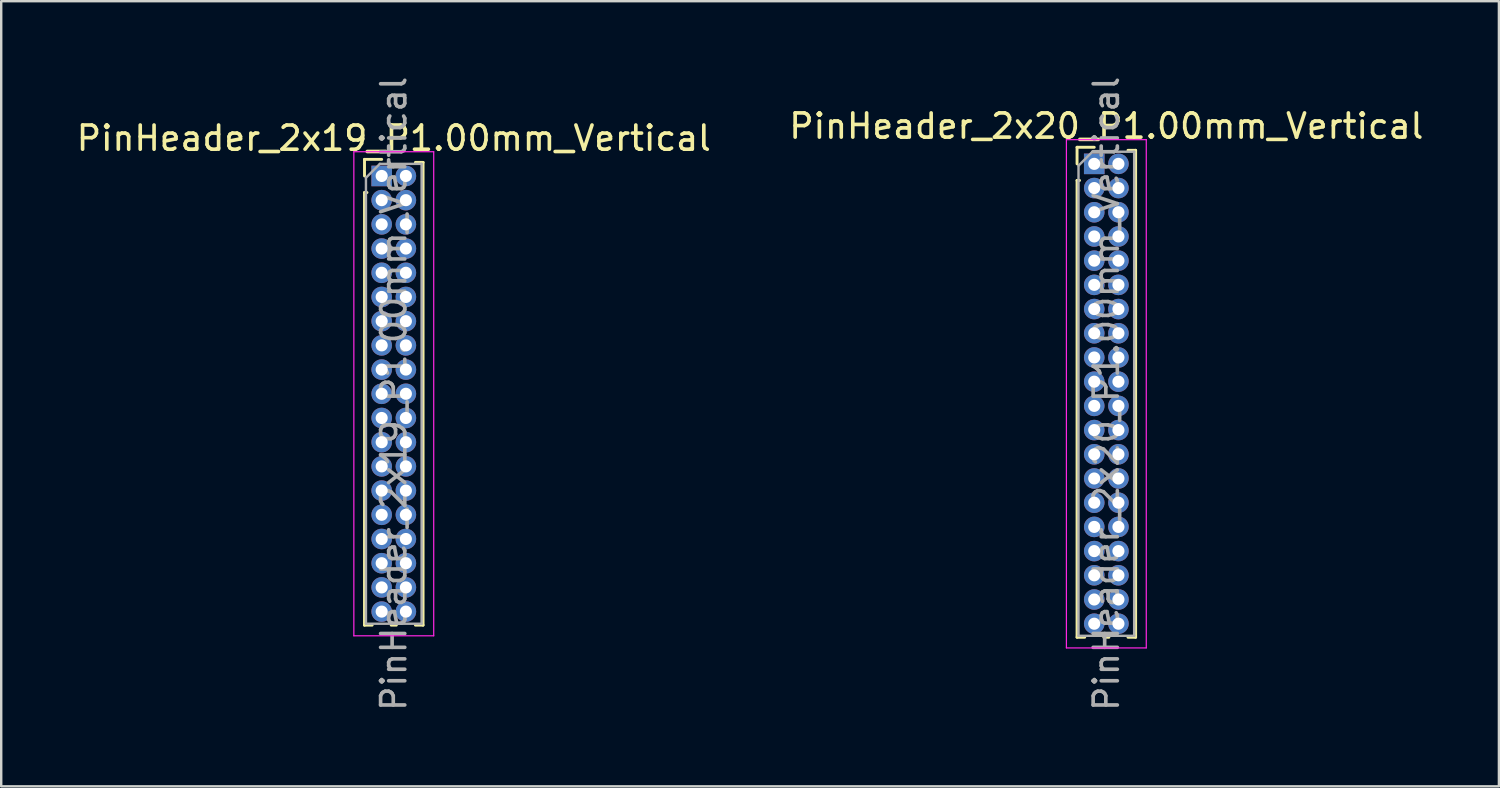
<source format=kicad_pcb>
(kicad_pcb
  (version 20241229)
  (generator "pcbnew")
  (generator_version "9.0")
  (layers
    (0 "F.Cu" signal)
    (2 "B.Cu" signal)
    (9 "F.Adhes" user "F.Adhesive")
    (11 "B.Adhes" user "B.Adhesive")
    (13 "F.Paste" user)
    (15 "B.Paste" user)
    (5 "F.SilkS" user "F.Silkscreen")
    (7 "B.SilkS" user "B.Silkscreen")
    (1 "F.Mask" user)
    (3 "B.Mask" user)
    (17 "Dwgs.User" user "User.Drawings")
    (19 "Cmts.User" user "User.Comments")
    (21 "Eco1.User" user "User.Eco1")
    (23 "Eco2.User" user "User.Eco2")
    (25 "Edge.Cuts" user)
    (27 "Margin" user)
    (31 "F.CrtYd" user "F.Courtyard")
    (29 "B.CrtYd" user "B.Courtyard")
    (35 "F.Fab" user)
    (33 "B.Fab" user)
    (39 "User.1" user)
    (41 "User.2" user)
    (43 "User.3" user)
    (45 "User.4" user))
  (footprint "PinHeader_2x19_P1.00mm_Vertical"
    (layer "F.Cu")
    (at 12.72 4.22)
    (property "Reference" "PinHeader_2x19_P1.00mm_Vertical" (at 0.5 -1.56 0) (layer "F.SilkS") (effects (font (size 1 1) (thickness 0.15))))
    (attr through_hole)
    (fp_line (start -0.71 -0.685) (end 0 -0.685) (stroke (width 0.12) (type solid)) (layer "F.SilkS"))
    (fp_line (start -0.71 0) (end -0.71 -0.685) (stroke (width 0.12) (type solid)) (layer "F.SilkS"))
    (fp_line (start -0.71 0.685) (end -0.71 18.56) (stroke (width 0.12) (type solid)) (layer "F.SilkS"))
    (fp_line (start -0.71 0.685) (end -0.608 0.685) (stroke (width 0.12) (type solid)) (layer "F.SilkS"))
    (fp_line (start -0.71 18.56) (end -0.394 18.56) (stroke (width 0.12) (type solid)) (layer "F.SilkS"))
    (fp_line (start 0.394 18.56) (end 0.606 18.56) (stroke (width 0.12) (type solid)) (layer "F.SilkS"))
    (fp_line (start 1.394 -0.56) (end 1.71 -0.56) (stroke (width 0.12) (type solid)) (layer "F.SilkS"))
    (fp_line (start 1.394 18.56) (end 1.71 18.56) (stroke (width 0.12) (type solid)) (layer "F.SilkS"))
    (fp_line (start 1.71 -0.56) (end 1.71 18.56) (stroke (width 0.12) (type solid)) (layer "F.SilkS"))
    (fp_line (start -1.15 -1) (end -1.15 19) (stroke (width 0.05) (type solid)) (layer "F.CrtYd"))
    (fp_line (start -1.15 19) (end 2.15 19) (stroke (width 0.05) (type solid)) (layer "F.CrtYd"))
    (fp_line (start 2.15 -1) (end -1.15 -1) (stroke (width 0.05) (type solid)) (layer "F.CrtYd"))
    (fp_line (start 2.15 19) (end 2.15 -1) (stroke (width 0.05) (type solid)) (layer "F.CrtYd"))
    (fp_line (start -0.65 0.075) (end -0.075 -0.5) (stroke (width 0.1) (type solid)) (layer "F.Fab"))
    (fp_line (start -0.65 18.5) (end -0.65 0.075) (stroke (width 0.1) (type solid)) (layer "F.Fab"))
    (fp_line (start -0.075 -0.5) (end 1.65 -0.5) (stroke (width 0.1) (type solid)) (layer "F.Fab"))
    (fp_line (start 1.65 -0.5) (end 1.65 18.5) (stroke (width 0.1) (type solid)) (layer "F.Fab"))
    (fp_line (start 1.65 18.5) (end -0.65 18.5) (stroke (width 0.1) (type solid)) (layer "F.Fab"))
    (fp_text user "${REFERENCE}" (at 0.5 9 90) (layer "F.Fab") (effects (font (size 1 1) (thickness 0.15))))
    (pad "1" thru_hole rect (at 0 0) (size 0.85 0.85) (drill 0.5) (layers "*.Cu" "*.Mask"))
    (pad "2" thru_hole oval (at 1 0) (size 0.85 0.85) (drill 0.5) (layers "*.Cu" "*.Mask"))
    (pad "3" thru_hole oval (at 0 1) (size 0.85 0.85) (drill 0.5) (layers "*.Cu" "*.Mask"))
    (pad "4" thru_hole oval (at 1 1) (size 0.85 0.85) (drill 0.5) (layers "*.Cu" "*.Mask"))
    (pad "5" thru_hole oval (at 0 2) (size 0.85 0.85) (drill 0.5) (layers "*.Cu" "*.Mask"))
    (pad "6" thru_hole oval (at 1 2) (size 0.85 0.85) (drill 0.5) (layers "*.Cu" "*.Mask"))
    (pad "7" thru_hole oval (at 0 3) (size 0.85 0.85) (drill 0.5) (layers "*.Cu" "*.Mask"))
    (pad "8" thru_hole oval (at 1 3) (size 0.85 0.85) (drill 0.5) (layers "*.Cu" "*.Mask"))
    (pad "9" thru_hole oval (at 0 4) (size 0.85 0.85) (drill 0.5) (layers "*.Cu" "*.Mask"))
    (pad "10" thru_hole oval (at 1 4) (size 0.85 0.85) (drill 0.5) (layers "*.Cu" "*.Mask"))
    (pad "11" thru_hole oval (at 0 5) (size 0.85 0.85) (drill 0.5) (layers "*.Cu" "*.Mask"))
    (pad "12" thru_hole oval (at 1 5) (size 0.85 0.85) (drill 0.5) (layers "*.Cu" "*.Mask"))
    (pad "13" thru_hole oval (at 0 6) (size 0.85 0.85) (drill 0.5) (layers "*.Cu" "*.Mask"))
    (pad "14" thru_hole oval (at 1 6) (size 0.85 0.85) (drill 0.5) (layers "*.Cu" "*.Mask"))
    (pad "15" thru_hole oval (at 0 7) (size 0.85 0.85) (drill 0.5) (layers "*.Cu" "*.Mask"))
    (pad "16" thru_hole oval (at 1 7) (size 0.85 0.85) (drill 0.5) (layers "*.Cu" "*.Mask"))
    (pad "17" thru_hole oval (at 0 8) (size 0.85 0.85) (drill 0.5) (layers "*.Cu" "*.Mask"))
    (pad "18" thru_hole oval (at 1 8) (size 0.85 0.85) (drill 0.5) (layers "*.Cu" "*.Mask"))
    (pad "19" thru_hole oval (at 0 9) (size 0.85 0.85) (drill 0.5) (layers "*.Cu" "*.Mask"))
    (pad "20" thru_hole oval (at 1 9) (size 0.85 0.85) (drill 0.5) (layers "*.Cu" "*.Mask"))
    (pad "21" thru_hole oval (at 0 10) (size 0.85 0.85) (drill 0.5) (layers "*.Cu" "*.Mask"))
    (pad "22" thru_hole oval (at 1 10) (size 0.85 0.85) (drill 0.5) (layers "*.Cu" "*.Mask"))
    (pad "23" thru_hole oval (at 0 11) (size 0.85 0.85) (drill 0.5) (layers "*.Cu" "*.Mask"))
    (pad "24" thru_hole oval (at 1 11) (size 0.85 0.85) (drill 0.5) (layers "*.Cu" "*.Mask"))
    (pad "25" thru_hole oval (at 0 12) (size 0.85 0.85) (drill 0.5) (layers "*.Cu" "*.Mask"))
    (pad "26" thru_hole oval (at 1 12) (size 0.85 0.85) (drill 0.5) (layers "*.Cu" "*.Mask"))
    (pad "27" thru_hole oval (at 0 13) (size 0.85 0.85) (drill 0.5) (layers "*.Cu" "*.Mask"))
    (pad "28" thru_hole oval (at 1 13) (size 0.85 0.85) (drill 0.5) (layers "*.Cu" "*.Mask"))
    (pad "29" thru_hole oval (at 0 14) (size 0.85 0.85) (drill 0.5) (layers "*.Cu" "*.Mask"))
    (pad "30" thru_hole oval (at 1 14) (size 0.85 0.85) (drill 0.5) (layers "*.Cu" "*.Mask"))
    (pad "31" thru_hole oval (at 0 15) (size 0.85 0.85) (drill 0.5) (layers "*.Cu" "*.Mask"))
    (pad "32" thru_hole oval (at 1 15) (size 0.85 0.85) (drill 0.5) (layers "*.Cu" "*.Mask"))
    (pad "33" thru_hole oval (at 0 16) (size 0.85 0.85) (drill 0.5) (layers "*.Cu" "*.Mask"))
    (pad "34" thru_hole oval (at 1 16) (size 0.85 0.85) (drill 0.5) (layers "*.Cu" "*.Mask"))
    (pad "35" thru_hole oval (at 0 17) (size 0.85 0.85) (drill 0.5) (layers "*.Cu" "*.Mask"))
    (pad "36" thru_hole oval (at 1 17) (size 0.85 0.85) (drill 0.5) (layers "*.Cu" "*.Mask"))
    (pad "37" thru_hole oval (at 0 18) (size 0.85 0.85) (drill 0.5) (layers "*.Cu" "*.Mask"))
    (pad "38" thru_hole oval (at 1 18) (size 0.85 0.85) (drill 0.5) (layers "*.Cu" "*.Mask")))
  (footprint "PinHeader_2x20_P1.00mm_Vertical"
    (layer "F.Cu")
    (at 42.161 3.72)
    (property "Reference" "PinHeader_2x20_P1.00mm_Vertical" (at 0.5 -1.56 0) (layer "F.SilkS") (effects (font (size 1 1) (thickness 0.15))))
    (attr through_hole)
    (fp_line (start -0.71 -0.685) (end 0 -0.685) (stroke (width 0.12) (type solid)) (layer "F.SilkS"))
    (fp_line (start -0.71 0) (end -0.71 -0.685) (stroke (width 0.12) (type solid)) (layer "F.SilkS"))
    (fp_line (start -0.71 0.685) (end -0.71 19.56) (stroke (width 0.12) (type solid)) (layer "F.SilkS"))
    (fp_line (start -0.71 0.685) (end -0.608 0.685) (stroke (width 0.12) (type solid)) (layer "F.SilkS"))
    (fp_line (start -0.71 19.56) (end -0.394 19.56) (stroke (width 0.12) (type solid)) (layer "F.SilkS"))
    (fp_line (start 0.394 19.56) (end 0.606 19.56) (stroke (width 0.12) (type solid)) (layer "F.SilkS"))
    (fp_line (start 1.394 -0.56) (end 1.71 -0.56) (stroke (width 0.12) (type solid)) (layer "F.SilkS"))
    (fp_line (start 1.394 19.56) (end 1.71 19.56) (stroke (width 0.12) (type solid)) (layer "F.SilkS"))
    (fp_line (start 1.71 -0.56) (end 1.71 19.56) (stroke (width 0.12) (type solid)) (layer "F.SilkS"))
    (fp_line (start -1.15 -1) (end -1.15 20) (stroke (width 0.05) (type solid)) (layer "F.CrtYd"))
    (fp_line (start -1.15 20) (end 2.15 20) (stroke (width 0.05) (type solid)) (layer "F.CrtYd"))
    (fp_line (start 2.15 -1) (end -1.15 -1) (stroke (width 0.05) (type solid)) (layer "F.CrtYd"))
    (fp_line (start 2.15 20) (end 2.15 -1) (stroke (width 0.05) (type solid)) (layer "F.CrtYd"))
    (fp_line (start -0.65 0.075) (end -0.075 -0.5) (stroke (width 0.1) (type solid)) (layer "F.Fab"))
    (fp_line (start -0.65 19.5) (end -0.65 0.075) (stroke (width 0.1) (type solid)) (layer "F.Fab"))
    (fp_line (start -0.075 -0.5) (end 1.65 -0.5) (stroke (width 0.1) (type solid)) (layer "F.Fab"))
    (fp_line (start 1.65 -0.5) (end 1.65 19.5) (stroke (width 0.1) (type solid)) (layer "F.Fab"))
    (fp_line (start 1.65 19.5) (end -0.65 19.5) (stroke (width 0.1) (type solid)) (layer "F.Fab"))
    (fp_text user "${REFERENCE}" (at 0.5 9.5 90) (layer "F.Fab") (effects (font (size 1 1) (thickness 0.15))))
    (pad "1" thru_hole rect (at 0 0) (size 0.85 0.85) (drill 0.5) (layers "*.Cu" "*.Mask"))
    (pad "2" thru_hole oval (at 1 0) (size 0.85 0.85) (drill 0.5) (layers "*.Cu" "*.Mask"))
    (pad "3" thru_hole oval (at 0 1) (size 0.85 0.85) (drill 0.5) (layers "*.Cu" "*.Mask"))
    (pad "4" thru_hole oval (at 1 1) (size 0.85 0.85) (drill 0.5) (layers "*.Cu" "*.Mask"))
    (pad "5" thru_hole oval (at 0 2) (size 0.85 0.85) (drill 0.5) (layers "*.Cu" "*.Mask"))
    (pad "6" thru_hole oval (at 1 2) (size 0.85 0.85) (drill 0.5) (layers "*.Cu" "*.Mask"))
    (pad "7" thru_hole oval (at 0 3) (size 0.85 0.85) (drill 0.5) (layers "*.Cu" "*.Mask"))
    (pad "8" thru_hole oval (at 1 3) (size 0.85 0.85) (drill 0.5) (layers "*.Cu" "*.Mask"))
    (pad "9" thru_hole oval (at 0 4) (size 0.85 0.85) (drill 0.5) (layers "*.Cu" "*.Mask"))
    (pad "10" thru_hole oval (at 1 4) (size 0.85 0.85) (drill 0.5) (layers "*.Cu" "*.Mask"))
    (pad "11" thru_hole oval (at 0 5) (size 0.85 0.85) (drill 0.5) (layers "*.Cu" "*.Mask"))
    (pad "12" thru_hole oval (at 1 5) (size 0.85 0.85) (drill 0.5) (layers "*.Cu" "*.Mask"))
    (pad "13" thru_hole oval (at 0 6) (size 0.85 0.85) (drill 0.5) (layers "*.Cu" "*.Mask"))
    (pad "14" thru_hole oval (at 1 6) (size 0.85 0.85) (drill 0.5) (layers "*.Cu" "*.Mask"))
    (pad "15" thru_hole oval (at 0 7) (size 0.85 0.85) (drill 0.5) (layers "*.Cu" "*.Mask"))
    (pad "16" thru_hole oval (at 1 7) (size 0.85 0.85) (drill 0.5) (layers "*.Cu" "*.Mask"))
    (pad "17" thru_hole oval (at 0 8) (size 0.85 0.85) (drill 0.5) (layers "*.Cu" "*.Mask"))
    (pad "18" thru_hole oval (at 1 8) (size 0.85 0.85) (drill 0.5) (layers "*.Cu" "*.Mask"))
    (pad "19" thru_hole oval (at 0 9) (size 0.85 0.85) (drill 0.5) (layers "*.Cu" "*.Mask"))
    (pad "20" thru_hole oval (at 1 9) (size 0.85 0.85) (drill 0.5) (layers "*.Cu" "*.Mask"))
    (pad "21" thru_hole oval (at 0 10) (size 0.85 0.85) (drill 0.5) (layers "*.Cu" "*.Mask"))
    (pad "22" thru_hole oval (at 1 10) (size 0.85 0.85) (drill 0.5) (layers "*.Cu" "*.Mask"))
    (pad "23" thru_hole oval (at 0 11) (size 0.85 0.85) (drill 0.5) (layers "*.Cu" "*.Mask"))
    (pad "24" thru_hole oval (at 1 11) (size 0.85 0.85) (drill 0.5) (layers "*.Cu" "*.Mask"))
    (pad "25" thru_hole oval (at 0 12) (size 0.85 0.85) (drill 0.5) (layers "*.Cu" "*.Mask"))
    (pad "26" thru_hole oval (at 1 12) (size 0.85 0.85) (drill 0.5) (layers "*.Cu" "*.Mask"))
    (pad "27" thru_hole oval (at 0 13) (size 0.85 0.85) (drill 0.5) (layers "*.Cu" "*.Mask"))
    (pad "28" thru_hole oval (at 1 13) (size 0.85 0.85) (drill 0.5) (layers "*.Cu" "*.Mask"))
    (pad "29" thru_hole oval (at 0 14) (size 0.85 0.85) (drill 0.5) (layers "*.Cu" "*.Mask"))
    (pad "30" thru_hole oval (at 1 14) (size 0.85 0.85) (drill 0.5) (layers "*.Cu" "*.Mask"))
    (pad "31" thru_hole oval (at 0 15) (size 0.85 0.85) (drill 0.5) (layers "*.Cu" "*.Mask"))
    (pad "32" thru_hole oval (at 1 15) (size 0.85 0.85) (drill 0.5) (layers "*.Cu" "*.Mask"))
    (pad "33" thru_hole oval (at 0 16) (size 0.85 0.85) (drill 0.5) (layers "*.Cu" "*.Mask"))
    (pad "34" thru_hole oval (at 1 16) (size 0.85 0.85) (drill 0.5) (layers "*.Cu" "*.Mask"))
    (pad "35" thru_hole oval (at 0 17) (size 0.85 0.85) (drill 0.5) (layers "*.Cu" "*.Mask"))
    (pad "36" thru_hole oval (at 1 17) (size 0.85 0.85) (drill 0.5) (layers "*.Cu" "*.Mask"))
    (pad "37" thru_hole oval (at 0 18) (size 0.85 0.85) (drill 0.5) (layers "*.Cu" "*.Mask"))
    (pad "38" thru_hole oval (at 1 18) (size 0.85 0.85) (drill 0.5) (layers "*.Cu" "*.Mask"))
    (pad "39" thru_hole oval (at 0 19) (size 0.85 0.85) (drill 0.5) (layers "*.Cu" "*.Mask"))
    (pad "40" thru_hole oval (at 1 19) (size 0.85 0.85) (drill 0.5) (layers "*.Cu" "*.Mask")))
  (gr_rect
    (start -3 -3)
    (end 58.881 29.44)
    (stroke (width 0.1) (type default))
    (fill no)
    (layer "Edge.Cuts")))
</source>
